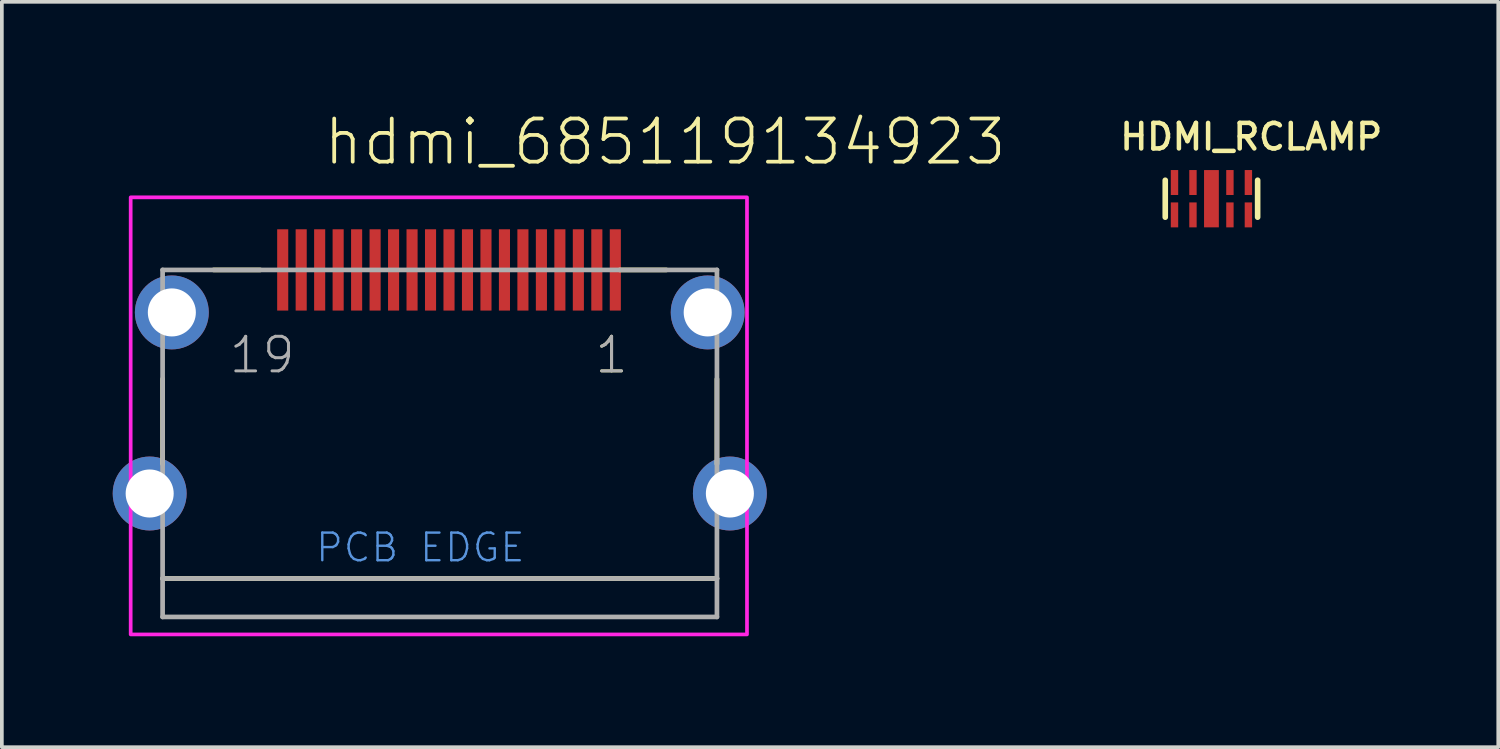
<source format=kicad_pcb>
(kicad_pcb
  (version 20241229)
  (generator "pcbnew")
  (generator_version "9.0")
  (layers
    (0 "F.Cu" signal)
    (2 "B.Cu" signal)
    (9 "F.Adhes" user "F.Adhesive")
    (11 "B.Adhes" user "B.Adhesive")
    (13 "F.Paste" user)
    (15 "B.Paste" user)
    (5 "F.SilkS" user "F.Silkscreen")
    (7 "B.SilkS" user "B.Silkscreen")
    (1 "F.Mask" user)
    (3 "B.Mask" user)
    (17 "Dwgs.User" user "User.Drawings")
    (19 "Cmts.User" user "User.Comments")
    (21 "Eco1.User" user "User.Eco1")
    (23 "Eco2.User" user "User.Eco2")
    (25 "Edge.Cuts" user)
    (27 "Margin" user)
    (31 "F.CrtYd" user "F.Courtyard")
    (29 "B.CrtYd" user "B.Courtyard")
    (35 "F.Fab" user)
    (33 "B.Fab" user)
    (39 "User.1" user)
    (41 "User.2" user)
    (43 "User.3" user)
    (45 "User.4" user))
  (footprint "HDMI_RCLAMP"
    (layer "F.Cu")
    (at 29.731 2.327)
    (property "Reference" "HDMI_RCLAMP" (at -2.54 -1.27 0) (layer "F.SilkS") (effects (font (size 0.691 0.691) (thickness 0.122)) (justify left bottom)))
    (fp_line (start -1.25 0.5) (end -1.25 -0.5) (stroke (width 0.152) (type solid)) (layer "F.SilkS"))
    (fp_line (start 1.25 -0.5) (end 1.25 0.5) (stroke (width 0.152) (type solid)) (layer "F.SilkS"))
    (pad "1" smd rect (at -1 0.438 90) (size 0.675 0.2) (layers "F.Cu" "F.Mask" "F.Paste"))
    (pad "2" smd rect (at -0.5 0.438 90) (size 0.675 0.2) (layers "F.Cu" "F.Mask" "F.Paste"))
    (pad "3" smd rect (at 0 0 90) (size 1.55 0.4) (layers "F.Cu" "F.Mask" "F.Paste"))
    (pad "4" smd rect (at 0.5 0.438 90) (size 0.675 0.2) (layers "F.Cu" "F.Mask" "F.Paste"))
    (pad "5" smd rect (at 1 0.438 90) (size 0.675 0.2) (layers "F.Cu" "F.Mask" "F.Paste"))
    (pad "6" smd rect (at 1 -0.438 90) (size 0.675 0.2) (layers "F.Cu" "F.Mask" "F.Paste"))
    (pad "7" smd rect (at 0.5 -0.438 90) (size 0.675 0.2) (layers "F.Cu" "F.Mask" "F.Paste"))
    (pad "9" smd rect (at -0.5 -0.438 90) (size 0.675 0.2) (layers "F.Cu" "F.Mask" "F.Paste"))
    (pad "10" smd rect (at -1 -0.438 90) (size 0.675 0.2) (layers "F.Cu" "F.Mask" "F.Paste")))
  (footprint "hdmi_685119134923"
    (layer "F.Cu")
    (at 8.85 4.404)
    (property "Reference" "hdmi_685119134923" (at -3.202 -2.931 0) (layer "F.SilkS") (effects (font (size 1.168 1.168) (thickness 0.102)) (justify left bottom)))
    (fp_poly (pts (xy -4.45 1.05) (xy -4.05 1.05) (xy -4.05 -1.35) (xy -4.45 -1.35)) (stroke (width 0) (type solid)) (fill yes) (layer "F.Mask"))
    (fp_poly (pts (xy -3.95 1.05) (xy -3.55 1.05) (xy -3.55 -1.35) (xy -3.95 -1.35)) (stroke (width 0) (type solid)) (fill yes) (layer "F.Mask"))
    (fp_poly (pts (xy -3.45 1.05) (xy -3.05 1.05) (xy -3.05 -1.35) (xy -3.45 -1.35)) (stroke (width 0) (type solid)) (fill yes) (layer "F.Mask"))
    (fp_poly (pts (xy -2.95 1.05) (xy -2.55 1.05) (xy -2.55 -1.35) (xy -2.95 -1.35)) (stroke (width 0) (type solid)) (fill yes) (layer "F.Mask"))
    (fp_poly (pts (xy -2.45 1.05) (xy -2.05 1.05) (xy -2.05 -1.35) (xy -2.45 -1.35)) (stroke (width 0) (type solid)) (fill yes) (layer "F.Mask"))
    (fp_poly (pts (xy -1.95 1.05) (xy -1.55 1.05) (xy -1.55 -1.35) (xy -1.95 -1.35)) (stroke (width 0) (type solid)) (fill yes) (layer "F.Mask"))
    (fp_poly (pts (xy -1.45 1.05) (xy -1.05 1.05) (xy -1.05 -1.35) (xy -1.45 -1.35)) (stroke (width 0) (type solid)) (fill yes) (layer "F.Mask"))
    (fp_poly (pts (xy -0.95 1.05) (xy -0.55 1.05) (xy -0.55 -1.35) (xy -0.95 -1.35)) (stroke (width 0) (type solid)) (fill yes) (layer "F.Mask"))
    (fp_poly (pts (xy -0.45 1.05) (xy -0.05 1.05) (xy -0.05 -1.35) (xy -0.45 -1.35)) (stroke (width 0) (type solid)) (fill yes) (layer "F.Mask"))
    (fp_poly (pts (xy 0.05 1.05) (xy 0.45 1.05) (xy 0.45 -1.35) (xy 0.05 -1.35)) (stroke (width 0) (type solid)) (fill yes) (layer "F.Mask"))
    (fp_poly (pts (xy 0.55 1.05) (xy 0.95 1.05) (xy 0.95 -1.35) (xy 0.55 -1.35)) (stroke (width 0) (type solid)) (fill yes) (layer "F.Mask"))
    (fp_poly (pts (xy 1.05 1.05) (xy 1.45 1.05) (xy 1.45 -1.35) (xy 1.05 -1.35)) (stroke (width 0) (type solid)) (fill yes) (layer "F.Mask"))
    (fp_poly (pts (xy 1.55 1.05) (xy 1.95 1.05) (xy 1.95 -1.35) (xy 1.55 -1.35)) (stroke (width 0) (type solid)) (fill yes) (layer "F.Mask"))
    (fp_poly (pts (xy 2.05 1.05) (xy 2.45 1.05) (xy 2.45 -1.35) (xy 2.05 -1.35)) (stroke (width 0) (type solid)) (fill yes) (layer "F.Mask"))
    (fp_poly (pts (xy 2.55 1.05) (xy 2.95 1.05) (xy 2.95 -1.35) (xy 2.55 -1.35)) (stroke (width 0) (type solid)) (fill yes) (layer "F.Mask"))
    (fp_poly (pts (xy 3.05 1.05) (xy 3.45 1.05) (xy 3.45 -1.35) (xy 3.05 -1.35)) (stroke (width 0) (type solid)) (fill yes) (layer "F.Mask"))
    (fp_poly (pts (xy 3.55 1.05) (xy 3.95 1.05) (xy 3.95 -1.35) (xy 3.55 -1.35)) (stroke (width 0) (type solid)) (fill yes) (layer "F.Mask"))
    (fp_poly (pts (xy 4.05 1.05) (xy 4.45 1.05) (xy 4.45 -1.35) (xy 4.05 -1.35)) (stroke (width 0) (type solid)) (fill yes) (layer "F.Mask"))
    (fp_poly (pts (xy 4.55 1.05) (xy 4.95 1.05) (xy 4.95 -1.35) (xy 4.55 -1.35)) (stroke (width 0) (type solid)) (fill yes) (layer "F.Mask"))
    (fp_line (start -7.5 2.8) (end -7.5 5.1) (stroke (width 0.127) (type solid)) (layer "F.SilkS"))
    (fp_line (start -7.5 8.2) (end 7.5 8.2) (stroke (width 0.127) (type solid)) (layer "F.SilkS"))
    (fp_line (start -6.12 -0.15) (end -4.86 -0.15) (stroke (width 0.127) (type solid)) (layer "F.SilkS"))
    (fp_line (start 4.87 -0.15) (end 6.13 -0.15) (stroke (width 0.127) (type solid)) (layer "F.SilkS"))
    (fp_line (start 7.5 2.8) (end 7.5 5.1) (stroke (width 0.127) (type solid)) (layer "F.SilkS"))
    (fp_poly (pts (xy 8.313 9.713) (xy -8.364 9.713) (xy -8.364 -2.114) (xy 8.313 -2.114)) (stroke (width 0.1) (type solid)) (fill no) (layer "F.CrtYd"))
    (fp_line (start -7.5 -0.15) (end 7.5 -0.15) (stroke (width 0.127) (type solid)) (layer "F.Fab"))
    (fp_line (start -7.5 8.2) (end -7.5 -0.15) (stroke (width 0.127) (type solid)) (layer "F.Fab"))
    (fp_line (start -7.5 8.2) (end -7.5 9.24) (stroke (width 0.127) (type solid)) (layer "F.Fab"))
    (fp_line (start -7.5 9.24) (end 7.5 9.24) (stroke (width 0.127) (type solid)) (layer "F.Fab"))
    (fp_line (start 7.5 -0.15) (end 7.5 8.2) (stroke (width 0.127) (type solid)) (layer "F.Fab"))
    (fp_line (start 7.5 8.2) (end -7.5 8.2) (stroke (width 0.127) (type solid)) (layer "F.Fab"))
    (fp_line (start 7.5 9.24) (end 7.5 8.2) (stroke (width 0.127) (type solid)) (layer "F.Fab"))
    (fp_text user "1" (at 4.15 2.7 0) (layer "F.SilkS") (effects (font (size 0.935 0.935) (thickness 0.081)) (justify left bottom)))
    (fp_text user "PCB EDGE" (at -3.4 7.8 0) (layer "Cmts.User") (effects (font (size 0.748 0.748) (thickness 0.065)) (justify left bottom)))
    (fp_text user "1" (at 4.15 2.7 0) (layer "F.Fab") (effects (font (size 0.935 0.935) (thickness 0.081)) (justify left bottom)))
    (fp_text user "19" (at -5.75 2.7 0) (layer "F.Fab") (effects (font (size 0.935 0.935) (thickness 0.081)) (justify left bottom)))
    (pad "1" smd rect (at 4.75 -0.15 180) (size 0.3 2.2) (layers "F.Cu" "F.Paste"))
    (pad "2" smd rect (at 4.25 -0.15 180) (size 0.3 2.2) (layers "F.Cu" "F.Paste"))
    (pad "3" smd rect (at 3.75 -0.15 180) (size 0.3 2.2) (layers "F.Cu" "F.Paste"))
    (pad "4" smd rect (at 3.25 -0.15 180) (size 0.3 2.2) (layers "F.Cu" "F.Paste"))
    (pad "5" smd rect (at 2.75 -0.15 180) (size 0.3 2.2) (layers "F.Cu" "F.Paste"))
    (pad "6" smd rect (at 2.25 -0.15 180) (size 0.3 2.2) (layers "F.Cu" "F.Paste"))
    (pad "7" smd rect (at 1.75 -0.15 180) (size 0.3 2.2) (layers "F.Cu" "F.Paste"))
    (pad "8" smd rect (at 1.25 -0.15 180) (size 0.3 2.2) (layers "F.Cu" "F.Paste"))
    (pad "9" smd rect (at 0.75 -0.15 180) (size 0.3 2.2) (layers "F.Cu" "F.Paste"))
    (pad "10" smd rect (at 0.25 -0.15 180) (size 0.3 2.2) (layers "F.Cu" "F.Paste"))
    (pad "11" smd rect (at -0.25 -0.15 180) (size 0.3 2.2) (layers "F.Cu" "F.Paste"))
    (pad "12" smd rect (at -0.75 -0.15 180) (size 0.3 2.2) (layers "F.Cu" "F.Paste"))
    (pad "13" smd rect (at -1.25 -0.15 180) (size 0.3 2.2) (layers "F.Cu" "F.Paste"))
    (pad "14" smd rect (at -1.75 -0.15 180) (size 0.3 2.2) (layers "F.Cu" "F.Paste"))
    (pad "15" smd rect (at -2.25 -0.15 180) (size 0.3 2.2) (layers "F.Cu" "F.Paste"))
    (pad "16" smd rect (at -2.75 -0.15 180) (size 0.3 2.2) (layers "F.Cu" "F.Paste"))
    (pad "17" smd rect (at -3.25 -0.15 180) (size 0.3 2.2) (layers "F.Cu" "F.Paste"))
    (pad "18" smd rect (at -3.75 -0.15 180) (size 0.3 2.2) (layers "F.Cu" "F.Paste"))
    (pad "19" smd rect (at -4.25 -0.15 180) (size 0.3 2.2) (layers "F.Cu" "F.Paste"))
    (pad "SHELL" thru_hole circle (at -7.25 1 90) (size 2 2) (drill 1.3) (layers "*.Cu" "*.Mask"))
    (pad "SHELL1" thru_hole circle (at 7.25 1 90) (size 2 2) (drill 1.3) (layers "*.Cu" "*.Mask"))
    (pad "SHELL2" thru_hole circle (at -7.85 5.9 90) (size 2 2) (drill 1.3) (layers "*.Cu" "*.Mask"))
    (pad "SHELL3" thru_hole circle (at 7.85 5.9 90) (size 2 2) (drill 1.3) (layers "*.Cu" "*.Mask")))
  (gr_rect
    (start -3 -3)
    (end 37.492 17.168)
    (stroke (width 0.1) (type default))
    (fill no)
    (layer "Edge.Cuts")))
</source>
